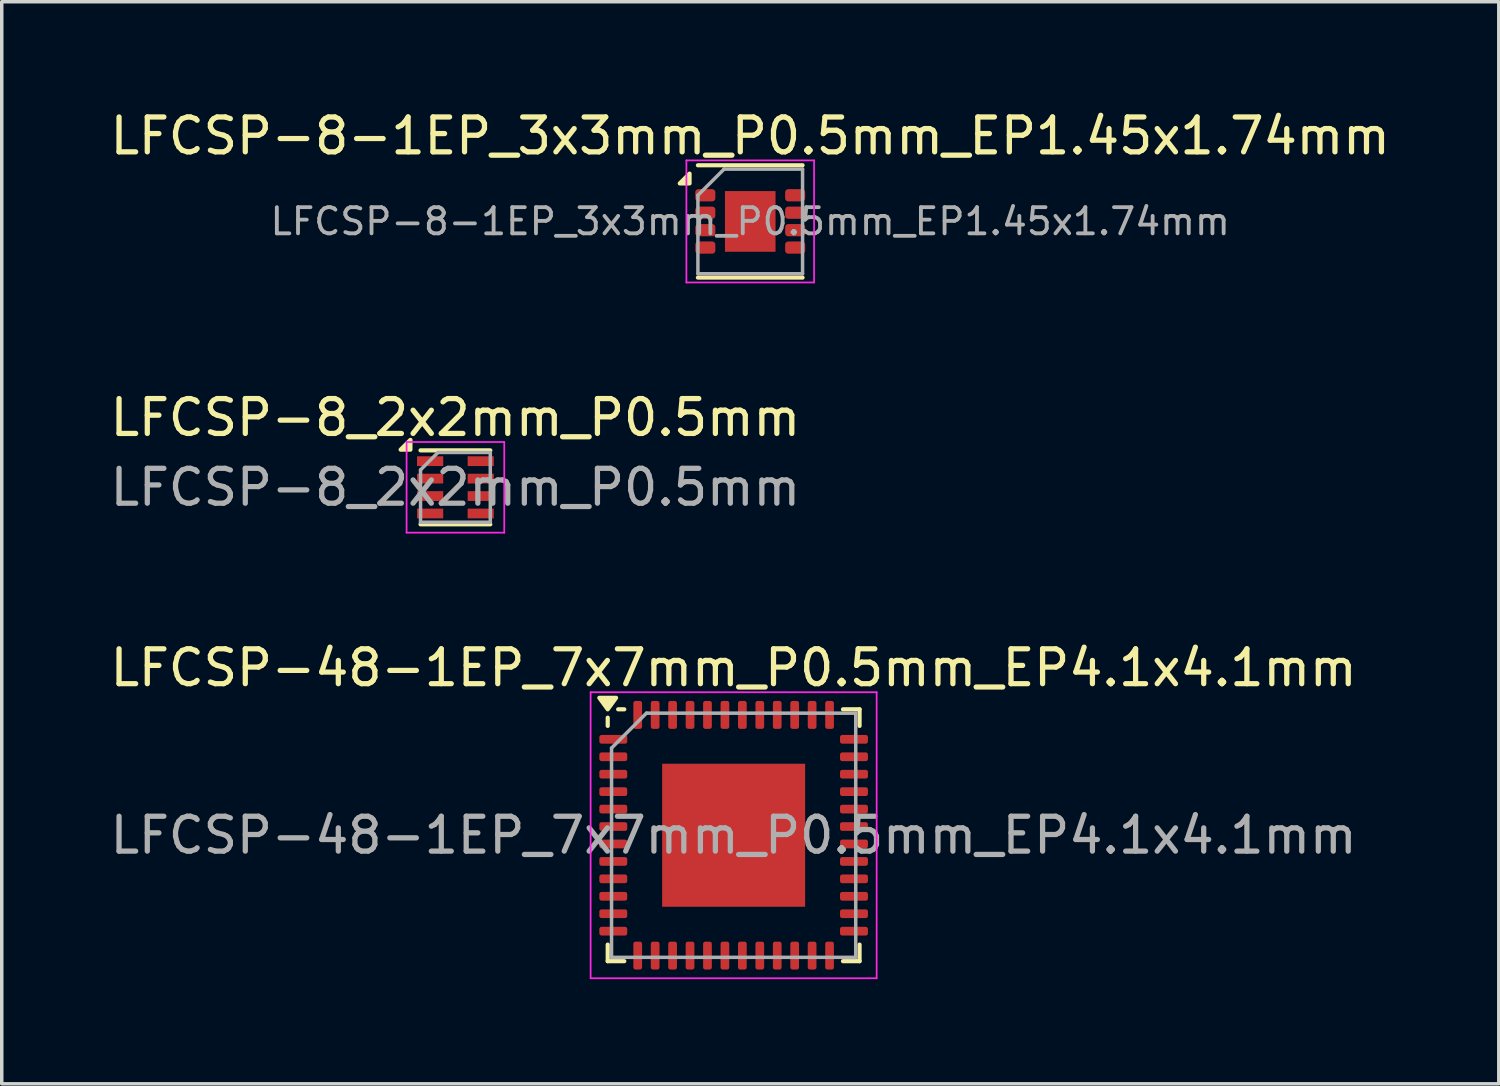
<source format=kicad_pcb>
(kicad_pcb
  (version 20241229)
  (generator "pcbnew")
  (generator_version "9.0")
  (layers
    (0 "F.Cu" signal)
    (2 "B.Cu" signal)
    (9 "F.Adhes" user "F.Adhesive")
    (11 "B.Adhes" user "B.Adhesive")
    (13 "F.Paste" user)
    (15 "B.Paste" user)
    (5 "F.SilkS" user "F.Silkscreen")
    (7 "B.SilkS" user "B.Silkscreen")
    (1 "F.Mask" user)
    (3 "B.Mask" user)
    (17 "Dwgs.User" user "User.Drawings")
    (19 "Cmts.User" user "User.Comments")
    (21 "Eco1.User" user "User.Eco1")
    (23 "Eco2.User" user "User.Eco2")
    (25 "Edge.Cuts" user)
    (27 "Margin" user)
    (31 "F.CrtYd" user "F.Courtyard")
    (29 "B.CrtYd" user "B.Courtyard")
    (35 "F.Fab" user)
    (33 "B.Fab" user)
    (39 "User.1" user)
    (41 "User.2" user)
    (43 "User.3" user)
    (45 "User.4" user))
  (footprint "LFCSP-8-1EP_3x3mm_P0.5mm_EP1.45x1.74mm"
    (layer "F.Cu")
    (at 18.458 3.298)
    (property "Reference" "LFCSP-8-1EP_3x3mm_P0.5mm_EP1.45x1.74mm" (at 0 -2.45 0) (layer "F.SilkS") (effects (font (size 1 1) (thickness 0.15))))
    (attr smd)
    (fp_line (start -1.5 -1.61) (end 1.5 -1.61) (stroke (width 0.12) (type solid)) (layer "F.SilkS"))
    (fp_line (start -1.5 1.61) (end 1.5 1.61) (stroke (width 0.12) (type solid)) (layer "F.SilkS"))
    (fp_poly (pts (xy -1.74 -1.09) (xy -2.02 -1.09) (xy -1.74 -1.37) (xy -1.74 -1.09)) (stroke (width 0.12) (type solid)) (fill yes) (layer "F.SilkS"))
    (fp_line (start -1.83 -1.75) (end -1.83 1.75) (stroke (width 0.05) (type solid)) (layer "F.CrtYd"))
    (fp_line (start -1.83 1.75) (end 1.83 1.75) (stroke (width 0.05) (type solid)) (layer "F.CrtYd"))
    (fp_line (start 1.83 -1.75) (end -1.83 -1.75) (stroke (width 0.05) (type solid)) (layer "F.CrtYd"))
    (fp_line (start 1.83 1.75) (end 1.83 -1.75) (stroke (width 0.05) (type solid)) (layer "F.CrtYd"))
    (fp_line (start -1.5 -0.75) (end -0.75 -1.5) (stroke (width 0.1) (type solid)) (layer "F.Fab"))
    (fp_line (start -1.5 1.5) (end -1.5 -0.75) (stroke (width 0.1) (type solid)) (layer "F.Fab"))
    (fp_line (start -0.75 -1.5) (end 1.5 -1.5) (stroke (width 0.1) (type solid)) (layer "F.Fab"))
    (fp_line (start 1.5 -1.5) (end 1.5 1.5) (stroke (width 0.1) (type solid)) (layer "F.Fab"))
    (fp_line (start 1.5 1.5) (end -1.5 1.5) (stroke (width 0.1) (type solid)) (layer "F.Fab"))
    (fp_text user "${REFERENCE}" (at 0 0 0) (layer "F.Fab") (effects (font (size 0.75 0.75) (thickness 0.11))))
    (pad "" smd roundrect (at -0.365 -0.435) (size 0.58 0.7) (layers "F.Paste") (roundrect_rratio 0.25))
    (pad "" smd roundrect (at -0.365 0.435) (size 0.58 0.7) (layers "F.Paste") (roundrect_rratio 0.25))
    (pad "" smd roundrect (at 0.365 -0.435) (size 0.58 0.7) (layers "F.Paste") (roundrect_rratio 0.25))
    (pad "" smd roundrect (at 0.365 0.435) (size 0.58 0.7) (layers "F.Paste") (roundrect_rratio 0.25))
    (pad "1" smd roundrect (at -1.288 -0.75) (size 0.575 0.35) (layers "F.Cu" "F.Mask" "F.Paste") (roundrect_rratio 0.25))
    (pad "2" smd roundrect (at -1.288 -0.25) (size 0.575 0.35) (layers "F.Cu" "F.Mask" "F.Paste") (roundrect_rratio 0.25))
    (pad "3" smd roundrect (at -1.288 0.25) (size 0.575 0.35) (layers "F.Cu" "F.Mask" "F.Paste") (roundrect_rratio 0.25))
    (pad "4" smd roundrect (at -1.288 0.75) (size 0.575 0.35) (layers "F.Cu" "F.Mask" "F.Paste") (roundrect_rratio 0.25))
    (pad "5" smd roundrect (at 1.288 0.75) (size 0.575 0.35) (layers "F.Cu" "F.Mask" "F.Paste") (roundrect_rratio 0.25))
    (pad "6" smd roundrect (at 1.288 0.25) (size 0.575 0.35) (layers "F.Cu" "F.Mask" "F.Paste") (roundrect_rratio 0.25))
    (pad "7" smd roundrect (at 1.288 -0.25) (size 0.575 0.35) (layers "F.Cu" "F.Mask" "F.Paste") (roundrect_rratio 0.25))
    (pad "8" smd roundrect (at 1.288 -0.75) (size 0.575 0.35) (layers "F.Cu" "F.Mask" "F.Paste") (roundrect_rratio 0.25))
    (pad "9" smd rect (at 0 0) (size 1.45 1.74) (property pad_prop_heatsink) (layers "F.Cu" "F.Mask")))
  (footprint "LFCSP-8_2x2mm_P0.5mm"
    (layer "F.Cu")
    (at 10.006 10.921)
    (property "Reference" "LFCSP-8_2x2mm_P0.5mm" (at 0 -2 0) (layer "F.SilkS") (effects (font (size 1 1) (thickness 0.15))))
    (attr smd)
    (fp_line (start 1 -1.06) (end -1 -1.06) (stroke (width 0.12) (type solid)) (layer "F.SilkS"))
    (fp_line (start 1 1.06) (end -1 1.06) (stroke (width 0.12) (type solid)) (layer "F.SilkS"))
    (fp_poly (pts (xy -1.29 -1.08) (xy -1.57 -1.08) (xy -1.29 -1.36) (xy -1.29 -1.08)) (stroke (width 0.12) (type solid)) (fill yes) (layer "F.SilkS"))
    (fp_line (start -1.4 -1.3) (end 1.4 -1.3) (stroke (width 0.05) (type solid)) (layer "F.CrtYd"))
    (fp_line (start -1.4 1.3) (end -1.4 -1.3) (stroke (width 0.05) (type solid)) (layer "F.CrtYd"))
    (fp_line (start 1.4 -1.3) (end 1.4 1.3) (stroke (width 0.05) (type solid)) (layer "F.CrtYd"))
    (fp_line (start 1.4 1.3) (end -1.4 1.3) (stroke (width 0.05) (type solid)) (layer "F.CrtYd"))
    (fp_line (start -1 -0.5) (end -1 1) (stroke (width 0.1) (type solid)) (layer "F.Fab"))
    (fp_line (start -0.5 -1) (end -1 -0.5) (stroke (width 0.1) (type solid)) (layer "F.Fab"))
    (fp_line (start -0.5 -1) (end 1 -1) (stroke (width 0.1) (type solid)) (layer "F.Fab"))
    (fp_line (start 1 1) (end -1 1) (stroke (width 0.1) (type solid)) (layer "F.Fab"))
    (fp_line (start 1 1) (end 1 -1) (stroke (width 0.1) (type solid)) (layer "F.Fab"))
    (fp_text user "${REFERENCE}" (at 0 0 180) (layer "F.Fab") (effects (font (size 1 1) (thickness 0.15))))
    (pad "1" smd rect (at -0.725 -0.75) (size 0.75 0.28) (layers "F.Cu" "F.Mask" "F.Paste"))
    (pad "2" smd rect (at -0.725 -0.25) (size 0.75 0.28) (layers "F.Cu" "F.Mask" "F.Paste"))
    (pad "3" smd rect (at -0.725 0.25) (size 0.75 0.28) (layers "F.Cu" "F.Mask" "F.Paste"))
    (pad "4" smd rect (at -0.725 0.75) (size 0.75 0.28) (layers "F.Cu" "F.Mask" "F.Paste"))
    (pad "5" smd rect (at 0.725 0.75) (size 0.75 0.28) (layers "F.Cu" "F.Mask" "F.Paste"))
    (pad "6" smd rect (at 0.725 0.25) (size 0.75 0.28) (layers "F.Cu" "F.Mask" "F.Paste"))
    (pad "7" smd rect (at 0.725 -0.25) (size 0.75 0.28) (layers "F.Cu" "F.Mask" "F.Paste"))
    (pad "8" smd rect (at 0.725 -0.75) (size 0.75 0.28) (layers "F.Cu" "F.Mask" "F.Paste")))
  (footprint "LFCSP-48-1EP_7x7mm_P0.5mm_EP4.1x4.1mm"
    (layer "F.Cu")
    (at 17.982 20.895)
    (property "Reference" "LFCSP-48-1EP_7x7mm_P0.5mm_EP4.1x4.1mm" (at 0 -4.8 0) (layer "F.SilkS") (effects (font (size 1 1) (thickness 0.15))))
    (attr smd)
    (fp_line (start -3.61 -3.135) (end -3.61 -3.37) (stroke (width 0.12) (type solid)) (layer "F.SilkS"))
    (fp_line (start -3.61 3.61) (end -3.61 3.135) (stroke (width 0.12) (type solid)) (layer "F.SilkS"))
    (fp_line (start -3.135 -3.61) (end -3.31 -3.61) (stroke (width 0.12) (type solid)) (layer "F.SilkS"))
    (fp_line (start -3.135 3.61) (end -3.61 3.61) (stroke (width 0.12) (type solid)) (layer "F.SilkS"))
    (fp_line (start 3.135 -3.61) (end 3.61 -3.61) (stroke (width 0.12) (type solid)) (layer "F.SilkS"))
    (fp_line (start 3.135 3.61) (end 3.61 3.61) (stroke (width 0.12) (type solid)) (layer "F.SilkS"))
    (fp_line (start 3.61 -3.61) (end 3.61 -3.135) (stroke (width 0.12) (type solid)) (layer "F.SilkS"))
    (fp_line (start 3.61 3.61) (end 3.61 3.135) (stroke (width 0.12) (type solid)) (layer "F.SilkS"))
    (fp_poly (pts (xy -3.61 -3.61) (xy -3.85 -3.94) (xy -3.37 -3.94) (xy -3.61 -3.61)) (stroke (width 0.12) (type solid)) (fill yes) (layer "F.SilkS"))
    (fp_line (start -4.1 -4.1) (end -4.1 4.1) (stroke (width 0.05) (type solid)) (layer "F.CrtYd"))
    (fp_line (start -4.1 4.1) (end 4.1 4.1) (stroke (width 0.05) (type solid)) (layer "F.CrtYd"))
    (fp_line (start 4.1 -4.1) (end -4.1 -4.1) (stroke (width 0.05) (type solid)) (layer "F.CrtYd"))
    (fp_line (start 4.1 4.1) (end 4.1 -4.1) (stroke (width 0.05) (type solid)) (layer "F.CrtYd"))
    (fp_line (start -3.5 -2.5) (end -2.5 -3.5) (stroke (width 0.1) (type solid)) (layer "F.Fab"))
    (fp_line (start -3.5 3.5) (end -3.5 -2.5) (stroke (width 0.1) (type solid)) (layer "F.Fab"))
    (fp_line (start -2.5 -3.5) (end 3.5 -3.5) (stroke (width 0.1) (type solid)) (layer "F.Fab"))
    (fp_line (start 3.5 -3.5) (end 3.5 3.5) (stroke (width 0.1) (type solid)) (layer "F.Fab"))
    (fp_line (start 3.5 3.5) (end -3.5 3.5) (stroke (width 0.1) (type solid)) (layer "F.Fab"))
    (fp_text user "${REFERENCE}" (at 0 0 0) (layer "F.Fab") (effects (font (size 1 1) (thickness 0.15))))
    (pad "" smd roundrect (at -1.37 -1.37) (size 1.1 1.1) (layers "F.Paste") (roundrect_rratio 0.227))
    (pad "" smd roundrect (at -1.37 0) (size 1.1 1.1) (layers "F.Paste") (roundrect_rratio 0.227))
    (pad "" smd roundrect (at -1.37 1.37) (size 1.1 1.1) (layers "F.Paste") (roundrect_rratio 0.227))
    (pad "" smd roundrect (at 0 -1.37) (size 1.1 1.1) (layers "F.Paste") (roundrect_rratio 0.227))
    (pad "" smd roundrect (at 0 0) (size 1.1 1.1) (layers "F.Paste") (roundrect_rratio 0.227))
    (pad "" smd roundrect (at 0 1.37) (size 1.1 1.1) (layers "F.Paste") (roundrect_rratio 0.227))
    (pad "" smd roundrect (at 1.37 -1.37) (size 1.1 1.1) (layers "F.Paste") (roundrect_rratio 0.227))
    (pad "" smd roundrect (at 1.37 0) (size 1.1 1.1) (layers "F.Paste") (roundrect_rratio 0.227))
    (pad "" smd roundrect (at 1.37 1.37) (size 1.1 1.1) (layers "F.Paste") (roundrect_rratio 0.227))
    (pad "1" smd roundrect (at -3.45 -2.75) (size 0.8 0.25) (layers "F.Cu" "F.Mask" "F.Paste") (roundrect_rratio 0.25))
    (pad "2" smd roundrect (at -3.45 -2.25) (size 0.8 0.25) (layers "F.Cu" "F.Mask" "F.Paste") (roundrect_rratio 0.25))
    (pad "3" smd roundrect (at -3.45 -1.75) (size 0.8 0.25) (layers "F.Cu" "F.Mask" "F.Paste") (roundrect_rratio 0.25))
    (pad "4" smd roundrect (at -3.45 -1.25) (size 0.8 0.25) (layers "F.Cu" "F.Mask" "F.Paste") (roundrect_rratio 0.25))
    (pad "5" smd roundrect (at -3.45 -0.75) (size 0.8 0.25) (layers "F.Cu" "F.Mask" "F.Paste") (roundrect_rratio 0.25))
    (pad "6" smd roundrect (at -3.45 -0.25) (size 0.8 0.25) (layers "F.Cu" "F.Mask" "F.Paste") (roundrect_rratio 0.25))
    (pad "7" smd roundrect (at -3.45 0.25) (size 0.8 0.25) (layers "F.Cu" "F.Mask" "F.Paste") (roundrect_rratio 0.25))
    (pad "8" smd roundrect (at -3.45 0.75) (size 0.8 0.25) (layers "F.Cu" "F.Mask" "F.Paste") (roundrect_rratio 0.25))
    (pad "9" smd roundrect (at -3.45 1.25) (size 0.8 0.25) (layers "F.Cu" "F.Mask" "F.Paste") (roundrect_rratio 0.25))
    (pad "10" smd roundrect (at -3.45 1.75) (size 0.8 0.25) (layers "F.Cu" "F.Mask" "F.Paste") (roundrect_rratio 0.25))
    (pad "11" smd roundrect (at -3.45 2.25) (size 0.8 0.25) (layers "F.Cu" "F.Mask" "F.Paste") (roundrect_rratio 0.25))
    (pad "12" smd roundrect (at -3.45 2.75) (size 0.8 0.25) (layers "F.Cu" "F.Mask" "F.Paste") (roundrect_rratio 0.25))
    (pad "13" smd roundrect (at -2.75 3.45) (size 0.25 0.8) (layers "F.Cu" "F.Mask" "F.Paste") (roundrect_rratio 0.25))
    (pad "14" smd roundrect (at -2.25 3.45) (size 0.25 0.8) (layers "F.Cu" "F.Mask" "F.Paste") (roundrect_rratio 0.25))
    (pad "15" smd roundrect (at -1.75 3.45) (size 0.25 0.8) (layers "F.Cu" "F.Mask" "F.Paste") (roundrect_rratio 0.25))
    (pad "16" smd roundrect (at -1.25 3.45) (size 0.25 0.8) (layers "F.Cu" "F.Mask" "F.Paste") (roundrect_rratio 0.25))
    (pad "17" smd roundrect (at -0.75 3.45) (size 0.25 0.8) (layers "F.Cu" "F.Mask" "F.Paste") (roundrect_rratio 0.25))
    (pad "18" smd roundrect (at -0.25 3.45) (size 0.25 0.8) (layers "F.Cu" "F.Mask" "F.Paste") (roundrect_rratio 0.25))
    (pad "19" smd roundrect (at 0.25 3.45) (size 0.25 0.8) (layers "F.Cu" "F.Mask" "F.Paste") (roundrect_rratio 0.25))
    (pad "20" smd roundrect (at 0.75 3.45) (size 0.25 0.8) (layers "F.Cu" "F.Mask" "F.Paste") (roundrect_rratio 0.25))
    (pad "21" smd roundrect (at 1.25 3.45) (size 0.25 0.8) (layers "F.Cu" "F.Mask" "F.Paste") (roundrect_rratio 0.25))
    (pad "22" smd roundrect (at 1.75 3.45) (size 0.25 0.8) (layers "F.Cu" "F.Mask" "F.Paste") (roundrect_rratio 0.25))
    (pad "23" smd roundrect (at 2.25 3.45) (size 0.25 0.8) (layers "F.Cu" "F.Mask" "F.Paste") (roundrect_rratio 0.25))
    (pad "24" smd roundrect (at 2.75 3.45) (size 0.25 0.8) (layers "F.Cu" "F.Mask" "F.Paste") (roundrect_rratio 0.25))
    (pad "25" smd roundrect (at 3.45 2.75) (size 0.8 0.25) (layers "F.Cu" "F.Mask" "F.Paste") (roundrect_rratio 0.25))
    (pad "26" smd roundrect (at 3.45 2.25) (size 0.8 0.25) (layers "F.Cu" "F.Mask" "F.Paste") (roundrect_rratio 0.25))
    (pad "27" smd roundrect (at 3.45 1.75) (size 0.8 0.25) (layers "F.Cu" "F.Mask" "F.Paste") (roundrect_rratio 0.25))
    (pad "28" smd roundrect (at 3.45 1.25) (size 0.8 0.25) (layers "F.Cu" "F.Mask" "F.Paste") (roundrect_rratio 0.25))
    (pad "29" smd roundrect (at 3.45 0.75) (size 0.8 0.25) (layers "F.Cu" "F.Mask" "F.Paste") (roundrect_rratio 0.25))
    (pad "30" smd roundrect (at 3.45 0.25) (size 0.8 0.25) (layers "F.Cu" "F.Mask" "F.Paste") (roundrect_rratio 0.25))
    (pad "31" smd roundrect (at 3.45 -0.25) (size 0.8 0.25) (layers "F.Cu" "F.Mask" "F.Paste") (roundrect_rratio 0.25))
    (pad "32" smd roundrect (at 3.45 -0.75) (size 0.8 0.25) (layers "F.Cu" "F.Mask" "F.Paste") (roundrect_rratio 0.25))
    (pad "33" smd roundrect (at 3.45 -1.25) (size 0.8 0.25) (layers "F.Cu" "F.Mask" "F.Paste") (roundrect_rratio 0.25))
    (pad "34" smd roundrect (at 3.45 -1.75) (size 0.8 0.25) (layers "F.Cu" "F.Mask" "F.Paste") (roundrect_rratio 0.25))
    (pad "35" smd roundrect (at 3.45 -2.25) (size 0.8 0.25) (layers "F.Cu" "F.Mask" "F.Paste") (roundrect_rratio 0.25))
    (pad "36" smd roundrect (at 3.45 -2.75) (size 0.8 0.25) (layers "F.Cu" "F.Mask" "F.Paste") (roundrect_rratio 0.25))
    (pad "37" smd roundrect (at 2.75 -3.45) (size 0.25 0.8) (layers "F.Cu" "F.Mask" "F.Paste") (roundrect_rratio 0.25))
    (pad "38" smd roundrect (at 2.25 -3.45) (size 0.25 0.8) (layers "F.Cu" "F.Mask" "F.Paste") (roundrect_rratio 0.25))
    (pad "39" smd roundrect (at 1.75 -3.45) (size 0.25 0.8) (layers "F.Cu" "F.Mask" "F.Paste") (roundrect_rratio 0.25))
    (pad "40" smd roundrect (at 1.25 -3.45) (size 0.25 0.8) (layers "F.Cu" "F.Mask" "F.Paste") (roundrect_rratio 0.25))
    (pad "41" smd roundrect (at 0.75 -3.45) (size 0.25 0.8) (layers "F.Cu" "F.Mask" "F.Paste") (roundrect_rratio 0.25))
    (pad "42" smd roundrect (at 0.25 -3.45) (size 0.25 0.8) (layers "F.Cu" "F.Mask" "F.Paste") (roundrect_rratio 0.25))
    (pad "43" smd roundrect (at -0.25 -3.45) (size 0.25 0.8) (layers "F.Cu" "F.Mask" "F.Paste") (roundrect_rratio 0.25))
    (pad "44" smd roundrect (at -0.75 -3.45) (size 0.25 0.8) (layers "F.Cu" "F.Mask" "F.Paste") (roundrect_rratio 0.25))
    (pad "45" smd roundrect (at -1.25 -3.45) (size 0.25 0.8) (layers "F.Cu" "F.Mask" "F.Paste") (roundrect_rratio 0.25))
    (pad "46" smd roundrect (at -1.75 -3.45) (size 0.25 0.8) (layers "F.Cu" "F.Mask" "F.Paste") (roundrect_rratio 0.25))
    (pad "47" smd roundrect (at -2.25 -3.45) (size 0.25 0.8) (layers "F.Cu" "F.Mask" "F.Paste") (roundrect_rratio 0.25))
    (pad "48" smd roundrect (at -2.75 -3.45) (size 0.25 0.8) (layers "F.Cu" "F.Mask" "F.Paste") (roundrect_rratio 0.25))
    (pad "49" smd rect (at 0 0) (size 4.1 4.1) (property pad_prop_heatsink) (layers "F.Cu" "F.Mask")))
  (gr_rect
    (start -3 -3)
    (end 39.917 28.02)
    (stroke (width 0.1) (type default))
    (fill no)
    (layer "Edge.Cuts")))
</source>
